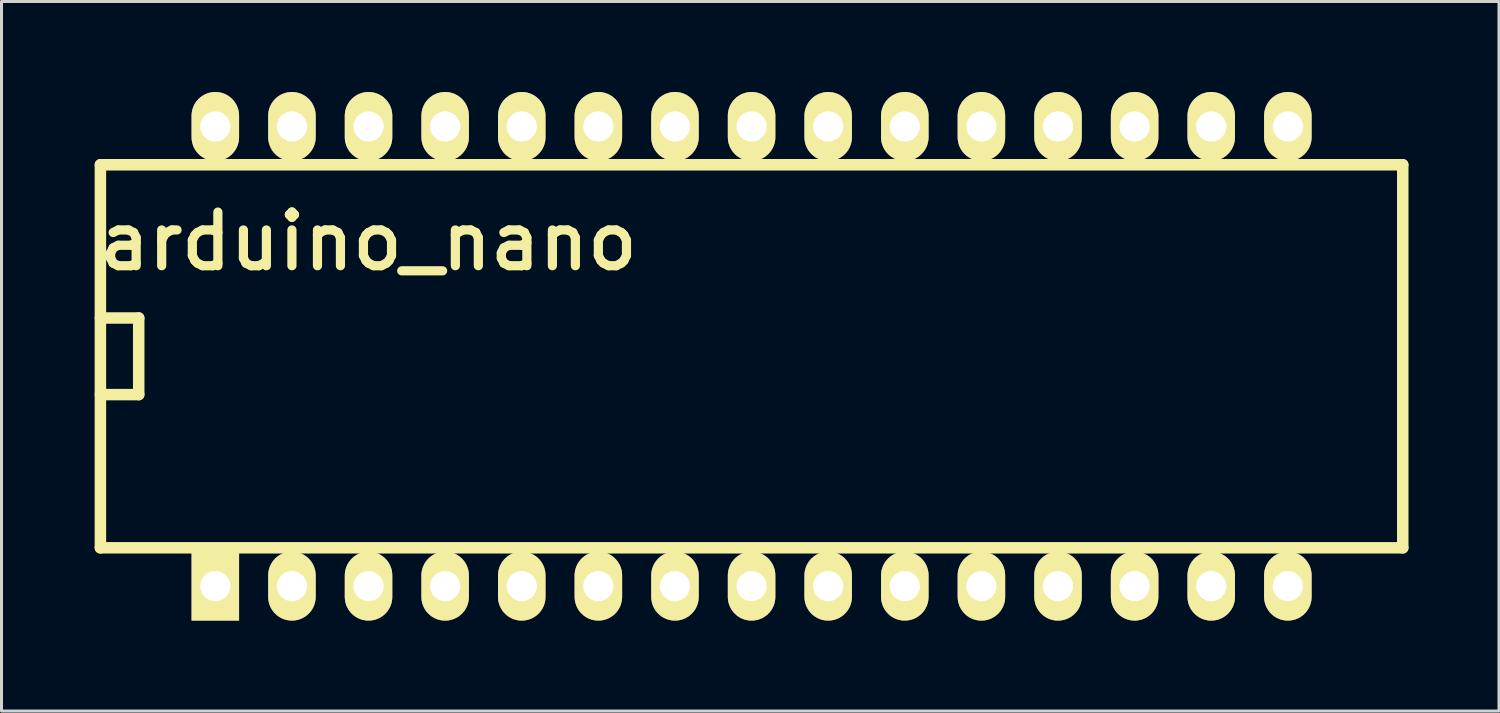
<source format=kicad_pcb>
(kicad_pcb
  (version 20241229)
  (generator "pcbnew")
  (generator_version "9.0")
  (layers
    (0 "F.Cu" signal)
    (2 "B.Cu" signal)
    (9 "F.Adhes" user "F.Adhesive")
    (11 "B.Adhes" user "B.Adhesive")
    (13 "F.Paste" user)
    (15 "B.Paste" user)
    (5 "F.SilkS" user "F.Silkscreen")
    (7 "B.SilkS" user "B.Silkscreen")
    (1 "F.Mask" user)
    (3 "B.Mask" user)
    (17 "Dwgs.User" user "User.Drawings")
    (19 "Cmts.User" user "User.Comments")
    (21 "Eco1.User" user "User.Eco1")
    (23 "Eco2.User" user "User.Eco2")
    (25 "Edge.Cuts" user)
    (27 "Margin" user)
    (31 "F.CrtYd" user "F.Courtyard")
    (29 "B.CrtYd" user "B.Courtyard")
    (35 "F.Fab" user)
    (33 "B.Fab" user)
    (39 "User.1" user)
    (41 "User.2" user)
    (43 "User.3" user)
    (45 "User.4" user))
  (footprint "arduino_nano"
    (layer "F.Cu")
    (at 23.139 8.763)
    (property "Reference" "arduino_nano" (at -13.97 -3.81 0) (layer "F.SilkS") (effects (font (size 1.778 1.778) (thickness 0.305))))
    (attr through_hole)
    (fp_line (start -22.86 -6.35) (end 20.32 -6.35) (stroke (width 0.381) (type solid)) (layer "F.SilkS"))
    (fp_line (start -22.86 1.27) (end -21.59 1.27) (stroke (width 0.381) (type solid)) (layer "F.SilkS"))
    (fp_line (start -22.86 6.35) (end -22.86 -6.35) (stroke (width 0.381) (type solid)) (layer "F.SilkS"))
    (fp_line (start -21.59 -1.27) (end -22.86 -1.27) (stroke (width 0.381) (type solid)) (layer "F.SilkS"))
    (fp_line (start -21.59 1.27) (end -21.59 -1.27) (stroke (width 0.381) (type solid)) (layer "F.SilkS"))
    (fp_line (start 20.32 -6.35) (end 20.32 6.35) (stroke (width 0.381) (type solid)) (layer "F.SilkS"))
    (fp_line (start 20.32 6.35) (end -22.86 6.35) (stroke (width 0.381) (type solid)) (layer "F.SilkS"))
    (pad "1" thru_hole rect (at -19.05 7.62) (size 1.575 2.286) (drill 1) (layers "*.Cu" "*.Mask" "F.SilkS"))
    (pad "2" thru_hole oval (at -16.51 7.62) (size 1.575 2.286) (drill 1) (layers "*.Cu" "*.Mask" "F.SilkS"))
    (pad "3" thru_hole oval (at -13.97 7.62) (size 1.575 2.286) (drill 1) (layers "*.Cu" "*.Mask" "F.SilkS"))
    (pad "4" thru_hole oval (at -11.43 7.62) (size 1.575 2.286) (drill 1) (layers "*.Cu" "*.Mask" "F.SilkS"))
    (pad "5" thru_hole oval (at -8.89 7.62) (size 1.575 2.286) (drill 1) (layers "*.Cu" "*.Mask" "F.SilkS"))
    (pad "6" thru_hole oval (at -6.35 7.62) (size 1.575 2.286) (drill 1) (layers "*.Cu" "*.Mask" "F.SilkS"))
    (pad "7" thru_hole oval (at -3.81 7.62) (size 1.575 2.286) (drill 1) (layers "*.Cu" "*.Mask" "F.SilkS"))
    (pad "8" thru_hole oval (at -1.27 7.62) (size 1.575 2.286) (drill 1) (layers "*.Cu" "*.Mask" "F.SilkS"))
    (pad "9" thru_hole oval (at 1.27 7.62) (size 1.575 2.286) (drill 1) (layers "*.Cu" "*.Mask" "F.SilkS"))
    (pad "10" thru_hole oval (at 3.81 7.62) (size 1.575 2.286) (drill 1) (layers "*.Cu" "*.Mask" "F.SilkS"))
    (pad "11" thru_hole oval (at 6.35 7.62) (size 1.575 2.286) (drill 1) (layers "*.Cu" "*.Mask" "F.SilkS"))
    (pad "12" thru_hole oval (at 8.89 7.62) (size 1.575 2.286) (drill 1) (layers "*.Cu" "*.Mask" "F.SilkS"))
    (pad "13" thru_hole oval (at 11.43 7.62) (size 1.575 2.286) (drill 1) (layers "*.Cu" "*.Mask" "F.SilkS"))
    (pad "14" thru_hole oval (at 13.97 7.62) (size 1.575 2.286) (drill 1) (layers "*.Cu" "*.Mask" "F.SilkS"))
    (pad "15" thru_hole oval (at 16.51 7.62) (size 1.575 2.286) (drill 1) (layers "*.Cu" "*.Mask" "F.SilkS"))
    (pad "16" thru_hole oval (at 16.51 -7.62) (size 1.575 2.286) (drill 1) (layers "*.Cu" "*.Mask" "F.SilkS"))
    (pad "17" thru_hole oval (at 13.97 -7.62) (size 1.575 2.286) (drill 1) (layers "*.Cu" "*.Mask" "F.SilkS"))
    (pad "18" thru_hole oval (at 11.43 -7.62) (size 1.575 2.286) (drill 1) (layers "*.Cu" "*.Mask" "F.SilkS"))
    (pad "19" thru_hole oval (at 8.89 -7.62) (size 1.575 2.286) (drill 1) (layers "*.Cu" "*.Mask" "F.SilkS"))
    (pad "20" thru_hole oval (at 6.35 -7.62) (size 1.575 2.286) (drill 1) (layers "*.Cu" "*.Mask" "F.SilkS"))
    (pad "21" thru_hole oval (at 3.81 -7.62) (size 1.575 2.286) (drill 1) (layers "*.Cu" "*.Mask" "F.SilkS"))
    (pad "22" thru_hole oval (at 1.27 -7.62) (size 1.575 2.286) (drill 1) (layers "*.Cu" "*.Mask" "F.SilkS"))
    (pad "23" thru_hole oval (at -1.27 -7.62) (size 1.575 2.286) (drill 1) (layers "*.Cu" "*.Mask" "F.SilkS"))
    (pad "24" thru_hole oval (at -3.81 -7.62) (size 1.575 2.286) (drill 1) (layers "*.Cu" "*.Mask" "F.SilkS"))
    (pad "25" thru_hole oval (at -6.35 -7.62) (size 1.575 2.286) (drill 1) (layers "*.Cu" "*.Mask" "F.SilkS"))
    (pad "26" thru_hole oval (at -8.89 -7.62) (size 1.575 2.286) (drill 1) (layers "*.Cu" "*.Mask" "F.SilkS"))
    (pad "27" thru_hole oval (at -11.43 -7.62) (size 1.575 2.286) (drill 1) (layers "*.Cu" "*.Mask" "F.SilkS"))
    (pad "28" thru_hole oval (at -13.97 -7.62) (size 1.575 2.286) (drill 1) (layers "*.Cu" "*.Mask" "F.SilkS"))
    (pad "29" thru_hole oval (at -16.51 -7.62) (size 1.575 2.286) (drill 1) (layers "*.Cu" "*.Mask" "F.SilkS"))
    (pad "30" thru_hole oval (at -19.05 -7.62) (size 1.575 2.286) (drill 1) (layers "*.Cu" "*.Mask" "F.SilkS")))
  (gr_rect
    (start -3 -3)
    (end 46.65 20.526)
    (stroke (width 0.1) (type default))
    (fill no)
    (layer "Edge.Cuts")))
</source>
